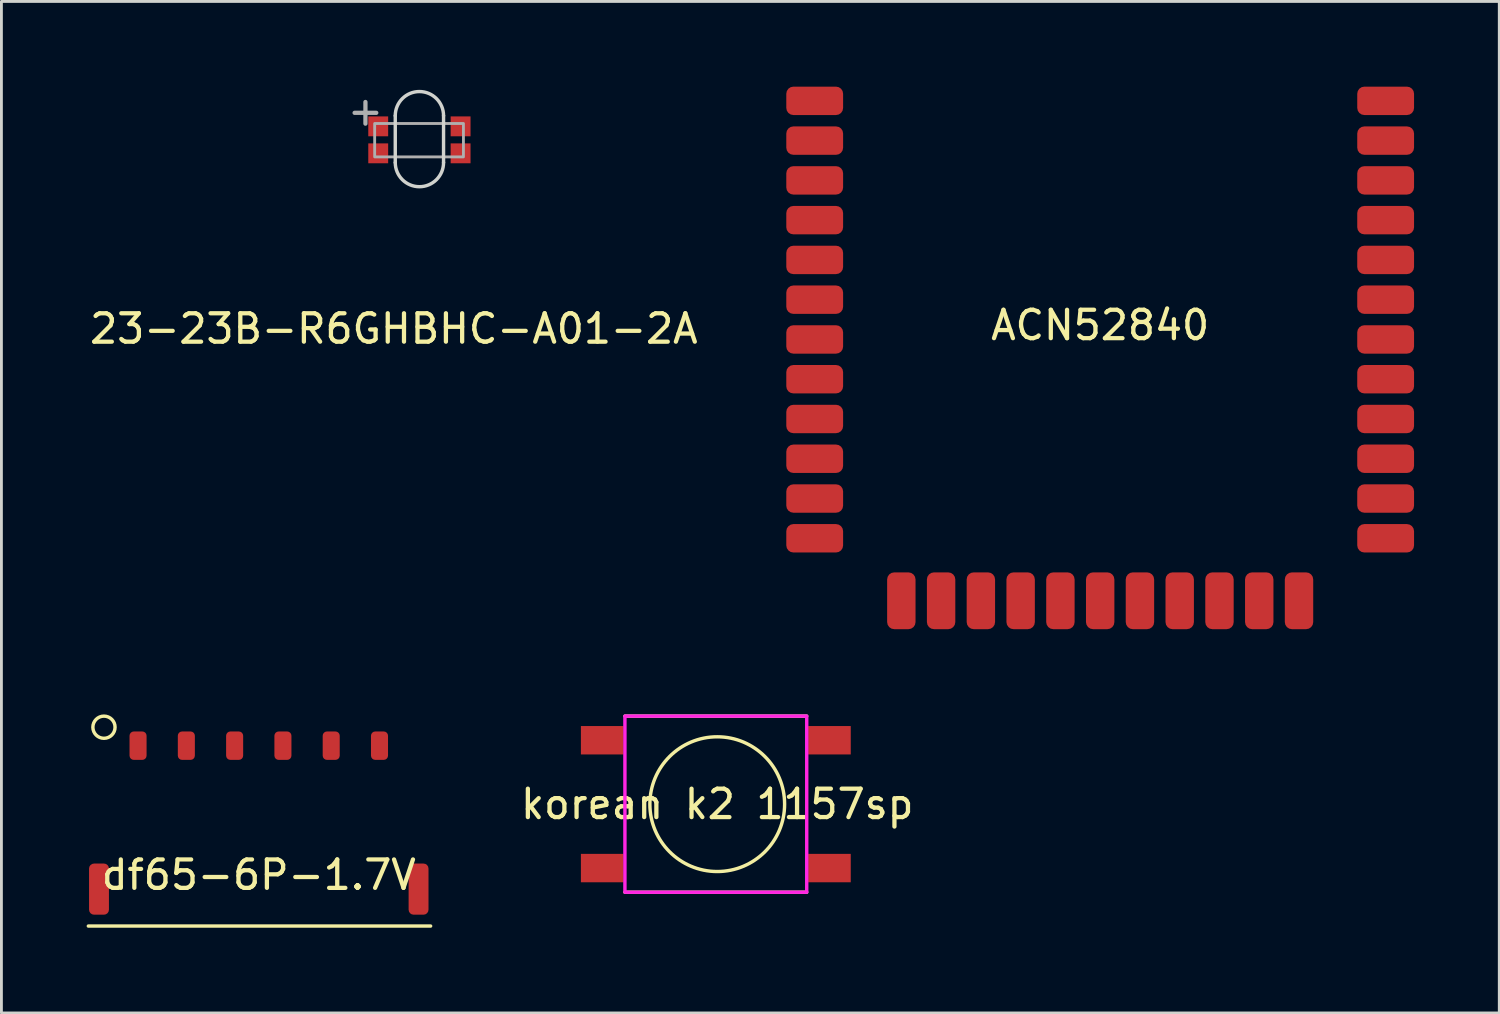
<source format=kicad_pcb>
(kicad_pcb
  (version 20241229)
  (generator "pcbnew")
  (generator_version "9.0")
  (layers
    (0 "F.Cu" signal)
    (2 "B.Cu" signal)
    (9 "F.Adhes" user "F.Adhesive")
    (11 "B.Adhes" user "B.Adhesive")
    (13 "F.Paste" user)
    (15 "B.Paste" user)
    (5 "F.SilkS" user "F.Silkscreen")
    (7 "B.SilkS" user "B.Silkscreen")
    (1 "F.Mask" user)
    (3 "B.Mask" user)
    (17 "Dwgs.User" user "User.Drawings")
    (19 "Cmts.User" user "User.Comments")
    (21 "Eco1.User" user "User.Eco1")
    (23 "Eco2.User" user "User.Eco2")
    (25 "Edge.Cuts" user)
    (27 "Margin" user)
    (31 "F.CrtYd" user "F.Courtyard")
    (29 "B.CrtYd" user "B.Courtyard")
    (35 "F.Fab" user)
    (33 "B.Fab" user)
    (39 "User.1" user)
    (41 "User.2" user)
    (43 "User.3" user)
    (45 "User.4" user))
  (footprint "df65-6P-1.7V"
    (layer "F.Cu")
    (at 6.06 28.251)
    (property "Reference" "df65-6P-1.7V" (at 0 -0.5 0) (unlocked yes) (layer "F.SilkS") (effects (font (size 1 1) (thickness 0.15))))
    (attr smd)
    (fp_line (start -6 1.3) (end 6.05 1.3) (stroke (width 0.12) (type solid)) (layer "F.SilkS"))
    (fp_circle (center -5.45 -5.7) (end -5.15 -5.45) (stroke (width 0.12) (type solid)) (fill no) (layer "F.SilkS"))
    (pad "" smd roundrect (at -5.625 0 90) (size 1.8 0.7) (layers "F.Cu" "F.Mask" "F.Paste") (roundrect_rratio 0.25))
    (pad "" smd roundrect (at 5.625 0 90) (size 1.8 0.7) (layers "F.Cu" "F.Mask" "F.Paste") (roundrect_rratio 0.25))
    (pad "1" smd roundrect (at -4.25 -5.05 90) (size 1 0.6) (layers "F.Cu" "F.Mask" "F.Paste") (roundrect_rratio 0.25))
    (pad "2" smd roundrect (at -2.55 -5.05 90) (size 1 0.6) (layers "F.Cu" "F.Mask" "F.Paste") (roundrect_rratio 0.25))
    (pad "3" smd roundrect (at -0.85 -5.05 90) (size 1 0.6) (layers "F.Cu" "F.Mask" "F.Paste") (roundrect_rratio 0.25))
    (pad "4" smd roundrect (at 0.85 -5.05 90) (size 1 0.6) (layers "F.Cu" "F.Mask" "F.Paste") (roundrect_rratio 0.25))
    (pad "5" smd roundrect (at 2.55 -5.05 90) (size 1 0.6) (layers "F.Cu" "F.Mask" "F.Paste") (roundrect_rratio 0.25))
    (pad "6" smd roundrect (at 4.25 -5.05 90) (size 1 0.6) (layers "F.Cu" "F.Mask" "F.Paste") (roundrect_rratio 0.25)))
  (footprint "korean k2 1157sp"
    (layer "F.Cu")
    (at 22.15 25.26)
    (property "Reference" "korean k2 1157sp" (at 0.05 0 0) (unlocked yes) (layer "F.SilkS") (effects (font (size 1 1) (thickness 0.15))))
    (attr smd)
    (fp_line (start -3.2 -3.1) (end 3.2 -3.1) (stroke (width 0.12) (type solid)) (layer "F.SilkS"))
    (fp_line (start 3.2 3.1) (end -3.2 3.1) (stroke (width 0.12) (type solid)) (layer "F.SilkS"))
    (fp_circle (center 0.05 0) (end 2 1.35) (stroke (width 0.12) (type solid)) (fill no) (layer "F.SilkS"))
    (fp_rect (start -3.2 3.1) (end 3.2 -3.1) (stroke (width 0.12) (type solid)) (fill no) (layer "F.CrtYd"))
    (pad "1" smd rect (at -4 -2.25) (size 1.5 1) (layers "F.Cu" "F.Mask" "F.Paste"))
    (pad "2" smd rect (at 4 -2.25) (size 1.5 1) (layers "F.Cu" "F.Mask" "F.Paste"))
    (pad "3" smd rect (at -4 2.25) (size 1.5 1) (layers "F.Cu" "F.Mask" "F.Paste"))
    (pad "4" smd rect (at 4 2.25) (size 1.5 1) (layers "F.Cu" "F.Mask" "F.Paste")))
  (footprint "ACN52840"
    (layer "F.Cu")
    (at 35.681 8.9)
    (property "Reference" "ACN52840" (at 0 -0.5 0) (unlocked yes) (layer "F.SilkS") (effects (font (size 1 1) (thickness 0.15))))
    (attr smd)
    (pad "1" smd roundrect (at -10.05 -8.4) (size 2 1) (layers "F.Cu" "F.Mask" "F.Paste") (roundrect_rratio 0.25))
    (pad "2" smd roundrect (at -10.05 -7) (size 2 1) (layers "F.Cu" "F.Mask" "F.Paste") (roundrect_rratio 0.25))
    (pad "3" smd roundrect (at -10.05 -5.6) (size 2 1) (layers "F.Cu" "F.Mask" "F.Paste") (roundrect_rratio 0.25))
    (pad "4" smd roundrect (at -10.05 -4.2) (size 2 1) (layers "F.Cu" "F.Mask" "F.Paste") (roundrect_rratio 0.25))
    (pad "5" smd roundrect (at -10.05 -2.8) (size 2 1) (layers "F.Cu" "F.Mask" "F.Paste") (roundrect_rratio 0.25))
    (pad "6" smd roundrect (at -10.05 -1.4) (size 2 1) (layers "F.Cu" "F.Mask" "F.Paste") (roundrect_rratio 0.25))
    (pad "7" smd roundrect (at -10.05 0) (size 2 1) (layers "F.Cu" "F.Mask" "F.Paste") (roundrect_rratio 0.25))
    (pad "8" smd roundrect (at -10.05 1.4) (size 2 1) (layers "F.Cu" "F.Mask" "F.Paste") (roundrect_rratio 0.25))
    (pad "9" smd roundrect (at -10.05 2.8) (size 2 1) (layers "F.Cu" "F.Mask" "F.Paste") (roundrect_rratio 0.25))
    (pad "10" smd roundrect (at -10.05 4.2) (size 2 1) (layers "F.Cu" "F.Mask" "F.Paste") (roundrect_rratio 0.25))
    (pad "11" smd roundrect (at -10.05 5.6) (size 2 1) (layers "F.Cu" "F.Mask" "F.Paste") (roundrect_rratio 0.25))
    (pad "12" smd roundrect (at -10.05 7) (size 2 1) (layers "F.Cu" "F.Mask" "F.Paste") (roundrect_rratio 0.25))
    (pad "13" smd roundrect (at -7 9.2 90) (size 2 1) (layers "F.Cu" "F.Mask" "F.Paste") (roundrect_rratio 0.25))
    (pad "14" smd roundrect (at -5.6 9.2 90) (size 2 1) (layers "F.Cu" "F.Mask" "F.Paste") (roundrect_rratio 0.25))
    (pad "15" smd roundrect (at -4.2 9.2 90) (size 2 1) (layers "F.Cu" "F.Mask" "F.Paste") (roundrect_rratio 0.25))
    (pad "16" smd roundrect (at -2.8 9.2 90) (size 2 1) (layers "F.Cu" "F.Mask" "F.Paste") (roundrect_rratio 0.25))
    (pad "17" smd roundrect (at -1.4 9.2 90) (size 2 1) (layers "F.Cu" "F.Mask" "F.Paste") (roundrect_rratio 0.25))
    (pad "18" smd roundrect (at 0 9.2 90) (size 2 1) (layers "F.Cu" "F.Mask" "F.Paste") (roundrect_rratio 0.25))
    (pad "19" smd roundrect (at 1.4 9.2 90) (size 2 1) (layers "F.Cu" "F.Mask" "F.Paste") (roundrect_rratio 0.25))
    (pad "20" smd roundrect (at 2.8 9.2 90) (size 2 1) (layers "F.Cu" "F.Mask" "F.Paste") (roundrect_rratio 0.25))
    (pad "21" smd roundrect (at 4.2 9.2 90) (size 2 1) (layers "F.Cu" "F.Mask" "F.Paste") (roundrect_rratio 0.25))
    (pad "22" smd roundrect (at 5.6 9.2 90) (size 2 1) (layers "F.Cu" "F.Mask" "F.Paste") (roundrect_rratio 0.25))
    (pad "23" smd roundrect (at 7 9.2 90) (size 2 1) (layers "F.Cu" "F.Mask" "F.Paste") (roundrect_rratio 0.25))
    (pad "24" smd roundrect (at 10.05 7 180) (size 2 1) (layers "F.Cu" "F.Mask" "F.Paste") (roundrect_rratio 0.25))
    (pad "25" smd roundrect (at 10.05 5.6 180) (size 2 1) (layers "F.Cu" "F.Mask" "F.Paste") (roundrect_rratio 0.25))
    (pad "26" smd roundrect (at 10.05 4.2 180) (size 2 1) (layers "F.Cu" "F.Mask" "F.Paste") (roundrect_rratio 0.25))
    (pad "27" smd roundrect (at 10.05 2.8 180) (size 2 1) (layers "F.Cu" "F.Mask" "F.Paste") (roundrect_rratio 0.25))
    (pad "28" smd roundrect (at 10.05 1.4 180) (size 2 1) (layers "F.Cu" "F.Mask" "F.Paste") (roundrect_rratio 0.25))
    (pad "29" smd roundrect (at 10.05 0 180) (size 2 1) (layers "F.Cu" "F.Mask" "F.Paste") (roundrect_rratio 0.25))
    (pad "30" smd roundrect (at 10.05 -1.4 180) (size 2 1) (layers "F.Cu" "F.Mask" "F.Paste") (roundrect_rratio 0.25))
    (pad "31" smd roundrect (at 10.05 -2.8 180) (size 2 1) (layers "F.Cu" "F.Mask" "F.Paste") (roundrect_rratio 0.25))
    (pad "32" smd roundrect (at 10.05 -4.2 180) (size 2 1) (layers "F.Cu" "F.Mask" "F.Paste") (roundrect_rratio 0.25))
    (pad "33" smd roundrect (at 10.05 -5.6 180) (size 2 1) (layers "F.Cu" "F.Mask" "F.Paste") (roundrect_rratio 0.25))
    (pad "34" smd roundrect (at 10.05 -7 180) (size 2 1) (layers "F.Cu" "F.Mask" "F.Paste") (roundrect_rratio 0.25))
    (pad "35" smd roundrect (at 10.05 -8.4 180) (size 2 1) (layers "F.Cu" "F.Mask" "F.Paste") (roundrect_rratio 0.25)))
  (footprint "23-23B-R6GHBHC-A01-2A"
    (layer "F.Cu")
    (at 11.715 1.873)
    (property "Reference" "23-23B-R6GHBHC-A01-2A" (at -0.9 6.65 0) (unlocked yes) (layer "F.SilkS") (effects (font (size 1 1) (thickness 0.15))))
    (attr smd)
    (fp_line (start -0.85 0.8) (end -0.85 -0.85) (stroke (width 0.12) (type solid)) (layer "Edge.Cuts"))
    (fp_line (start 0.85 0.8) (end 0.85 -0.85) (stroke (width 0.12) (type solid)) (layer "Edge.Cuts"))
    (fp_arc (start -0.85 -0.85) (mid 0 -1.7) (end 0.85 -0.85) (stroke (width 0.12) (type solid)) (layer "Edge.Cuts"))
    (fp_arc (start 0.85 0.8) (mid 0 1.65) (end -0.85 0.8) (stroke (width 0.12) (type solid)) (layer "Edge.Cuts"))
    (fp_rect (start 1.55 0.6) (end -1.575 -0.575) (stroke (width 0.1) (type solid)) (fill no) (layer "F.Fab"))
    (fp_text user "+" (at -1.9 -1.025 0) (unlocked yes) (layer "F.Fab") (effects (font (size 1 1) (thickness 0.15))))
    (pad "1" smd rect (at -1.45 -0.475 90) (size 0.7 0.7) (layers "F.Cu" "F.Mask" "F.Paste"))
    (pad "2" smd rect (at 1.45 -0.475 90) (size 0.7 0.7) (layers "F.Cu" "F.Mask" "F.Paste"))
    (pad "3" smd rect (at 1.45 0.475 90) (size 0.7 0.7) (layers "F.Cu" "F.Mask" "F.Paste"))
    (pad "4" smd rect (at -1.45 0.475 90) (size 0.7 0.7) (layers "F.Cu" "F.Mask" "F.Paste")))
  (gr_rect
    (start -3 -3)
    (end 49.731 32.611)
    (stroke (width 0.1) (type default))
    (fill no)
    (layer "Edge.Cuts")))
</source>
